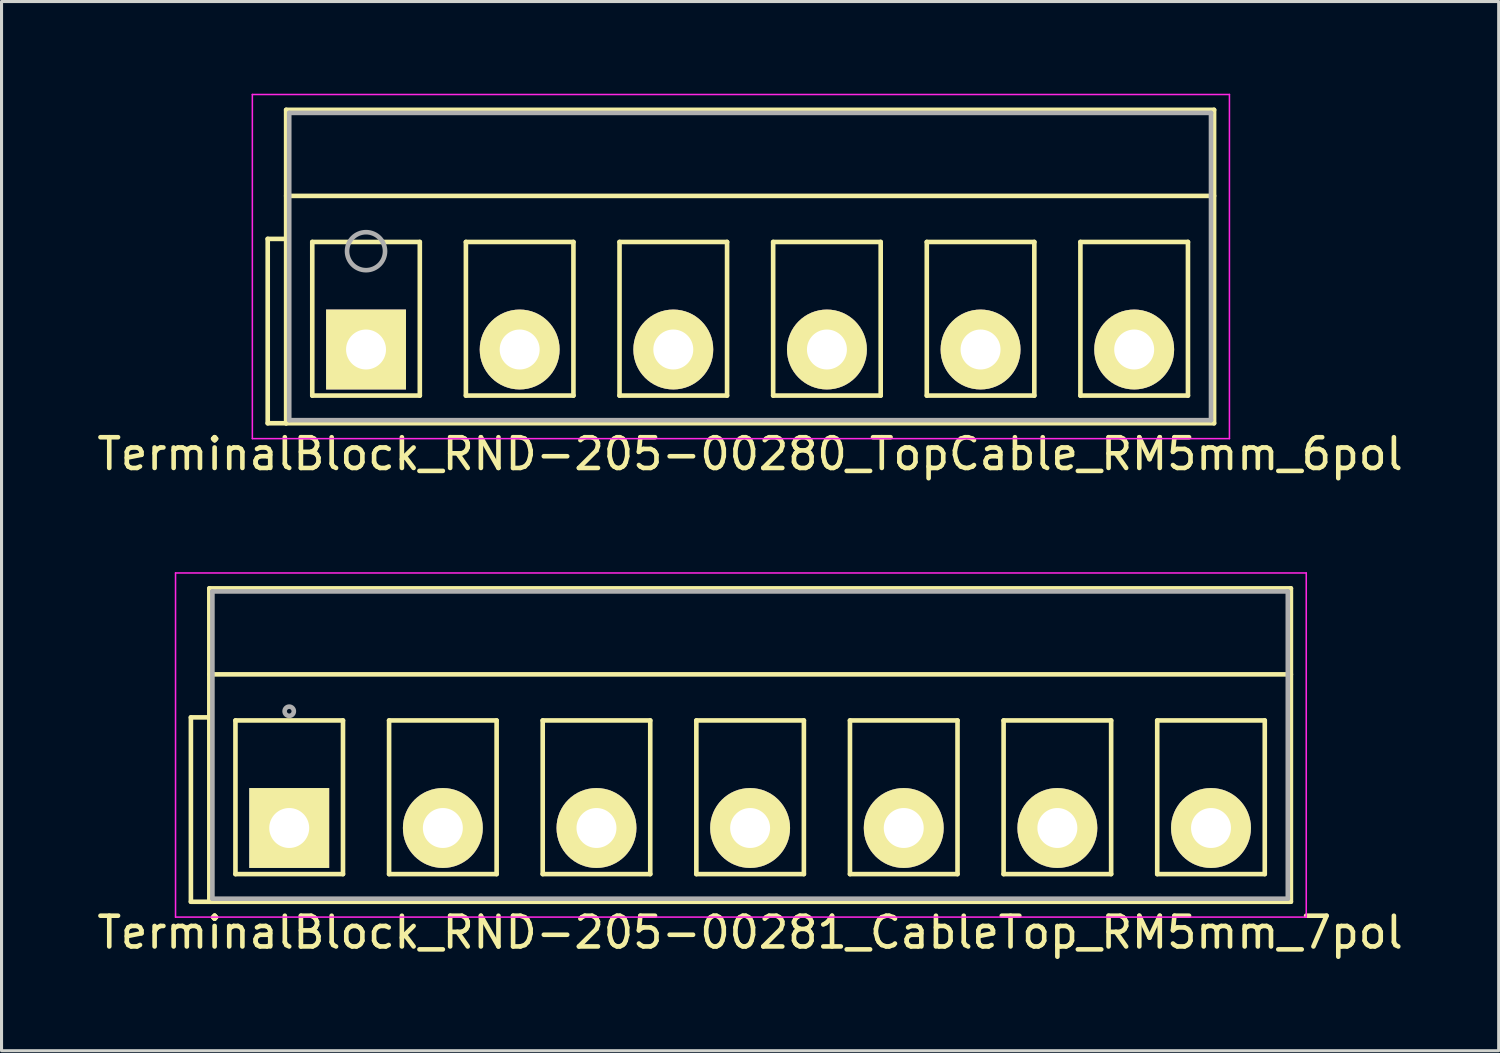
<source format=kicad_pcb>
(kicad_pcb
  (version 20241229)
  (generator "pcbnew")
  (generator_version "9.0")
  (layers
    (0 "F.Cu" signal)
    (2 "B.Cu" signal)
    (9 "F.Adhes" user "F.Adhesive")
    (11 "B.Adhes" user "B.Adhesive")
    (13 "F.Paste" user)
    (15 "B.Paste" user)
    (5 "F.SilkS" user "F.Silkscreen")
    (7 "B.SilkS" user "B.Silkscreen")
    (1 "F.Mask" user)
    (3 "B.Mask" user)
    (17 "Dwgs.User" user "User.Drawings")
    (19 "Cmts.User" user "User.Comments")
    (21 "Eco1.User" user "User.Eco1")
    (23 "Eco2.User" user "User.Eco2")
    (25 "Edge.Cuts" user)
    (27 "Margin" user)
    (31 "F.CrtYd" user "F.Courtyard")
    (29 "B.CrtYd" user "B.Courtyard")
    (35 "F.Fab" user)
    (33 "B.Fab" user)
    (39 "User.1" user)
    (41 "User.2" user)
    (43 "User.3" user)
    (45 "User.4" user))
  (footprint "TerminalBlock_RND-205-00281_CableTop_RM5mm_7pol"
    (layer "F.Cu")
    (at 6.363 23.898)
    (property "Reference" "TerminalBlock_RND-205-00281_CableTop_RM5mm_7pol" (at 15 3.4 0) (layer "F.SilkS") (effects (font (size 1 1) (thickness 0.15))))
    (attr through_hole)
    (fp_line (start -3.2 -3.6) (end -2.6 -3.6) (stroke (width 0.15) (type solid)) (layer "F.SilkS"))
    (fp_line (start -3.2 2.4) (end -3.2 -3.6) (stroke (width 0.15) (type solid)) (layer "F.SilkS"))
    (fp_line (start -2.6 -7.8) (end 32.6 -7.8) (stroke (width 0.15) (type solid)) (layer "F.SilkS"))
    (fp_line (start -2.6 -5) (end 32.6 -5) (stroke (width 0.15) (type solid)) (layer "F.SilkS"))
    (fp_line (start -2.6 2.4) (end -3.2 2.4) (stroke (width 0.15) (type solid)) (layer "F.SilkS"))
    (fp_line (start -2.6 2.4) (end -2.6 -7.8) (stroke (width 0.15) (type solid)) (layer "F.SilkS"))
    (fp_line (start -1.75 -3.5) (end -1.75 1.5) (stroke (width 0.15) (type solid)) (layer "F.SilkS"))
    (fp_line (start -1.75 1.5) (end 1.75 1.5) (stroke (width 0.15) (type solid)) (layer "F.SilkS"))
    (fp_line (start 1.75 -3.5) (end -1.75 -3.5) (stroke (width 0.15) (type solid)) (layer "F.SilkS"))
    (fp_line (start 1.75 1.5) (end 1.75 -3.5) (stroke (width 0.15) (type solid)) (layer "F.SilkS"))
    (fp_line (start 3.25 -3.5) (end 3.25 1.5) (stroke (width 0.15) (type solid)) (layer "F.SilkS"))
    (fp_line (start 3.25 1.5) (end 6.75 1.5) (stroke (width 0.15) (type solid)) (layer "F.SilkS"))
    (fp_line (start 6.75 -3.5) (end 3.25 -3.5) (stroke (width 0.15) (type solid)) (layer "F.SilkS"))
    (fp_line (start 6.75 1.5) (end 6.75 -3.5) (stroke (width 0.15) (type solid)) (layer "F.SilkS"))
    (fp_line (start 8.25 -3.5) (end 8.25 1.5) (stroke (width 0.15) (type solid)) (layer "F.SilkS"))
    (fp_line (start 8.25 1.5) (end 11.75 1.5) (stroke (width 0.15) (type solid)) (layer "F.SilkS"))
    (fp_line (start 11.75 -3.5) (end 8.25 -3.5) (stroke (width 0.15) (type solid)) (layer "F.SilkS"))
    (fp_line (start 11.75 1.5) (end 11.75 -3.5) (stroke (width 0.15) (type solid)) (layer "F.SilkS"))
    (fp_line (start 13.25 -3.5) (end 13.25 1.5) (stroke (width 0.15) (type solid)) (layer "F.SilkS"))
    (fp_line (start 13.25 1.5) (end 16.75 1.5) (stroke (width 0.15) (type solid)) (layer "F.SilkS"))
    (fp_line (start 16.75 -3.5) (end 13.25 -3.5) (stroke (width 0.15) (type solid)) (layer "F.SilkS"))
    (fp_line (start 16.75 1.5) (end 16.75 -3.5) (stroke (width 0.15) (type solid)) (layer "F.SilkS"))
    (fp_line (start 18.25 -3.5) (end 18.25 1.5) (stroke (width 0.15) (type solid)) (layer "F.SilkS"))
    (fp_line (start 18.25 1.5) (end 21.75 1.5) (stroke (width 0.15) (type solid)) (layer "F.SilkS"))
    (fp_line (start 21.75 -3.5) (end 18.25 -3.5) (stroke (width 0.15) (type solid)) (layer "F.SilkS"))
    (fp_line (start 21.75 1.5) (end 21.75 -3.5) (stroke (width 0.15) (type solid)) (layer "F.SilkS"))
    (fp_line (start 23.25 -3.5) (end 23.25 1.5) (stroke (width 0.15) (type solid)) (layer "F.SilkS"))
    (fp_line (start 23.25 1.5) (end 26.75 1.5) (stroke (width 0.15) (type solid)) (layer "F.SilkS"))
    (fp_line (start 26.75 -3.5) (end 23.25 -3.5) (stroke (width 0.15) (type solid)) (layer "F.SilkS"))
    (fp_line (start 26.75 1.5) (end 26.75 -3.5) (stroke (width 0.15) (type solid)) (layer "F.SilkS"))
    (fp_line (start 28.25 -3.5) (end 28.25 1.5) (stroke (width 0.15) (type solid)) (layer "F.SilkS"))
    (fp_line (start 28.25 1.5) (end 31.75 1.5) (stroke (width 0.15) (type solid)) (layer "F.SilkS"))
    (fp_line (start 31.75 -3.5) (end 28.25 -3.5) (stroke (width 0.15) (type solid)) (layer "F.SilkS"))
    (fp_line (start 31.75 1.5) (end 31.75 -3.5) (stroke (width 0.15) (type solid)) (layer "F.SilkS"))
    (fp_line (start 32.6 -7.8) (end 32.6 2.4) (stroke (width 0.15) (type solid)) (layer "F.SilkS"))
    (fp_line (start 32.6 2.4) (end -2.6 2.4) (stroke (width 0.15) (type solid)) (layer "F.SilkS"))
    (fp_line (start -3.7 -8.3) (end 33.1 -8.3) (stroke (width 0.05) (type solid)) (layer "F.CrtYd"))
    (fp_line (start -3.7 2.9) (end -3.7 -8.3) (stroke (width 0.05) (type solid)) (layer "F.CrtYd"))
    (fp_line (start 33.1 -8.3) (end 33.1 2.9) (stroke (width 0.05) (type solid)) (layer "F.CrtYd"))
    (fp_line (start 33.1 2.9) (end -3.7 2.9) (stroke (width 0.05) (type solid)) (layer "F.CrtYd"))
    (fp_line (start -2.5 -7.7) (end 32.5 -7.7) (stroke (width 0.15) (type solid)) (layer "F.Fab"))
    (fp_line (start -2.5 2.3) (end -2.5 -7.7) (stroke (width 0.15) (type solid)) (layer "F.Fab"))
    (fp_line (start 32.5 -7.7) (end 32.5 2.3) (stroke (width 0.15) (type solid)) (layer "F.Fab"))
    (fp_line (start 32.5 2.3) (end -2.5 2.3) (stroke (width 0.15) (type solid)) (layer "F.Fab"))
    (fp_circle (center 0 -3.8) (end -0.15 -3.8) (stroke (width 0.15) (type solid)) (fill no) (layer "F.Fab"))
    (pad "1" thru_hole rect (at 0 0) (size 2.6 2.6) (drill 1.3) (layers "*.Cu" "*.Mask" "F.SilkS"))
    (pad "2" thru_hole circle (at 5 0) (size 2.6 2.6) (drill 1.3) (layers "*.Cu" "*.Mask" "F.SilkS"))
    (pad "3" thru_hole circle (at 10 0) (size 2.6 2.6) (drill 1.3) (layers "*.Cu" "*.Mask" "F.SilkS"))
    (pad "4" thru_hole circle (at 15 0) (size 2.6 2.6) (drill 1.3) (layers "*.Cu" "*.Mask" "F.SilkS"))
    (pad "5" thru_hole circle (at 20 0) (size 2.6 2.6) (drill 1.3) (layers "*.Cu" "*.Mask" "F.SilkS"))
    (pad "6" thru_hole circle (at 25 0) (size 2.6 2.6) (drill 1.3) (layers "*.Cu" "*.Mask" "F.SilkS"))
    (pad "7" thru_hole circle (at 30 0) (size 2.6 2.6) (drill 1.3) (layers "*.Cu" "*.Mask" "F.SilkS")))
  (footprint "TerminalBlock_RND-205-00280_TopCable_RM5mm_6pol"
    (layer "F.Cu")
    (at 8.863 8.325)
    (property "Reference" "TerminalBlock_RND-205-00280_TopCable_RM5mm_6pol" (at 12.5 3.4 0) (layer "F.SilkS") (effects (font (size 1 1) (thickness 0.15))))
    (attr through_hole)
    (fp_line (start -3.2 -3.6) (end -2.6 -3.6) (stroke (width 0.15) (type solid)) (layer "F.SilkS"))
    (fp_line (start -3.2 2.4) (end -3.2 -3.6) (stroke (width 0.15) (type solid)) (layer "F.SilkS"))
    (fp_line (start -2.6 -7.8) (end 27.6 -7.8) (stroke (width 0.15) (type solid)) (layer "F.SilkS"))
    (fp_line (start -2.6 -5) (end 27.6 -5) (stroke (width 0.15) (type solid)) (layer "F.SilkS"))
    (fp_line (start -2.6 2.4) (end -3.2 2.4) (stroke (width 0.15) (type solid)) (layer "F.SilkS"))
    (fp_line (start -2.6 2.4) (end -2.6 -7.8) (stroke (width 0.15) (type solid)) (layer "F.SilkS"))
    (fp_line (start -1.75 -3.5) (end -1.75 1.5) (stroke (width 0.15) (type solid)) (layer "F.SilkS"))
    (fp_line (start -1.75 1.5) (end 1.75 1.5) (stroke (width 0.15) (type solid)) (layer "F.SilkS"))
    (fp_line (start 1.75 -3.5) (end -1.75 -3.5) (stroke (width 0.15) (type solid)) (layer "F.SilkS"))
    (fp_line (start 1.75 1.5) (end 1.75 -3.5) (stroke (width 0.15) (type solid)) (layer "F.SilkS"))
    (fp_line (start 3.25 -3.5) (end 3.25 1.5) (stroke (width 0.15) (type solid)) (layer "F.SilkS"))
    (fp_line (start 3.25 1.5) (end 6.75 1.5) (stroke (width 0.15) (type solid)) (layer "F.SilkS"))
    (fp_line (start 6.75 -3.5) (end 3.25 -3.5) (stroke (width 0.15) (type solid)) (layer "F.SilkS"))
    (fp_line (start 6.75 1.5) (end 6.75 -3.5) (stroke (width 0.15) (type solid)) (layer "F.SilkS"))
    (fp_line (start 8.25 -3.5) (end 8.25 1.5) (stroke (width 0.15) (type solid)) (layer "F.SilkS"))
    (fp_line (start 8.25 1.5) (end 11.75 1.5) (stroke (width 0.15) (type solid)) (layer "F.SilkS"))
    (fp_line (start 11.75 -3.5) (end 8.25 -3.5) (stroke (width 0.15) (type solid)) (layer "F.SilkS"))
    (fp_line (start 11.75 1.5) (end 11.75 -3.5) (stroke (width 0.15) (type solid)) (layer "F.SilkS"))
    (fp_line (start 13.25 -3.5) (end 13.25 1.5) (stroke (width 0.15) (type solid)) (layer "F.SilkS"))
    (fp_line (start 13.25 1.5) (end 16.75 1.5) (stroke (width 0.15) (type solid)) (layer "F.SilkS"))
    (fp_line (start 16.75 -3.5) (end 13.25 -3.5) (stroke (width 0.15) (type solid)) (layer "F.SilkS"))
    (fp_line (start 16.75 1.5) (end 16.75 -3.5) (stroke (width 0.15) (type solid)) (layer "F.SilkS"))
    (fp_line (start 18.25 -3.5) (end 18.25 1.5) (stroke (width 0.15) (type solid)) (layer "F.SilkS"))
    (fp_line (start 18.25 1.5) (end 21.75 1.5) (stroke (width 0.15) (type solid)) (layer "F.SilkS"))
    (fp_line (start 21.75 -3.5) (end 18.25 -3.5) (stroke (width 0.15) (type solid)) (layer "F.SilkS"))
    (fp_line (start 21.75 1.5) (end 21.75 -3.5) (stroke (width 0.15) (type solid)) (layer "F.SilkS"))
    (fp_line (start 23.25 -3.5) (end 23.25 1.5) (stroke (width 0.15) (type solid)) (layer "F.SilkS"))
    (fp_line (start 23.25 1.5) (end 26.75 1.5) (stroke (width 0.15) (type solid)) (layer "F.SilkS"))
    (fp_line (start 26.75 -3.5) (end 23.25 -3.5) (stroke (width 0.15) (type solid)) (layer "F.SilkS"))
    (fp_line (start 26.75 1.5) (end 26.75 -3.5) (stroke (width 0.15) (type solid)) (layer "F.SilkS"))
    (fp_line (start 27.6 -7.8) (end 27.6 2.4) (stroke (width 0.15) (type solid)) (layer "F.SilkS"))
    (fp_line (start 27.6 2.4) (end -2.6 2.4) (stroke (width 0.15) (type solid)) (layer "F.SilkS"))
    (fp_line (start -3.7 -8.3) (end 28.1 -8.3) (stroke (width 0.05) (type solid)) (layer "F.CrtYd"))
    (fp_line (start -3.7 2.9) (end -3.7 -8.3) (stroke (width 0.05) (type solid)) (layer "F.CrtYd"))
    (fp_line (start 28.1 -8.3) (end 28.1 2.9) (stroke (width 0.05) (type solid)) (layer "F.CrtYd"))
    (fp_line (start 28.1 2.9) (end -3.7 2.9) (stroke (width 0.05) (type solid)) (layer "F.CrtYd"))
    (fp_line (start -2.5 -7.7) (end 27.5 -7.7) (stroke (width 0.15) (type solid)) (layer "F.Fab"))
    (fp_line (start -2.5 2.3) (end -2.5 -7.7) (stroke (width 0.15) (type solid)) (layer "F.Fab"))
    (fp_line (start 27.5 -7.7) (end 27.5 2.3) (stroke (width 0.15) (type solid)) (layer "F.Fab"))
    (fp_line (start 27.5 2.3) (end -2.5 2.3) (stroke (width 0.15) (type solid)) (layer "F.Fab"))
    (fp_circle (center 0 -3.2) (end -0.15 -3.8) (stroke (width 0.15) (type solid)) (fill no) (layer "F.Fab"))
    (pad "1" thru_hole rect (at 0 0) (size 2.6 2.6) (drill 1.3) (layers "*.Cu" "*.Mask" "F.SilkS"))
    (pad "2" thru_hole circle (at 5 0) (size 2.6 2.6) (drill 1.3) (layers "*.Cu" "*.Mask" "F.SilkS"))
    (pad "3" thru_hole circle (at 10 0) (size 2.6 2.6) (drill 1.3) (layers "*.Cu" "*.Mask" "F.SilkS"))
    (pad "4" thru_hole circle (at 15 0) (size 2.6 2.6) (drill 1.3) (layers "*.Cu" "*.Mask" "F.SilkS"))
    (pad "5" thru_hole circle (at 20 0) (size 2.6 2.6) (drill 1.3) (layers "*.Cu" "*.Mask" "F.SilkS"))
    (pad "6" thru_hole circle (at 25 0) (size 2.6 2.6) (drill 1.3) (layers "*.Cu" "*.Mask" "F.SilkS")))
  (gr_rect
    (start -3 -3)
    (end 45.726 31.146)
    (stroke (width 0.1) (type default))
    (fill no)
    (layer "Edge.Cuts")))
</source>
